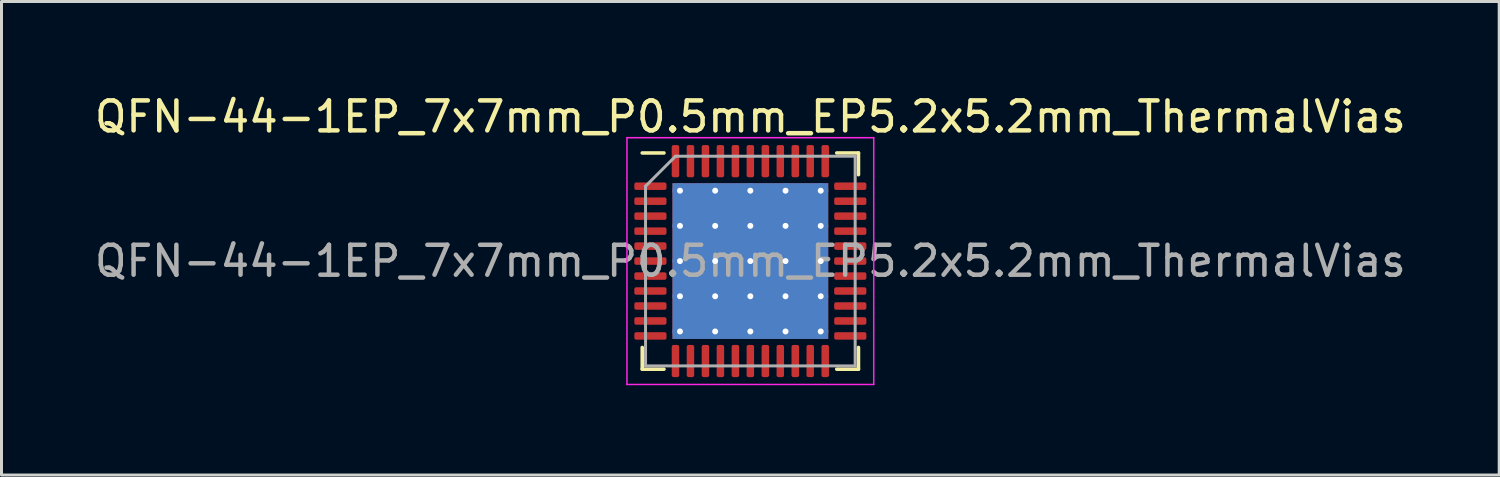
<source format=kicad_pcb>
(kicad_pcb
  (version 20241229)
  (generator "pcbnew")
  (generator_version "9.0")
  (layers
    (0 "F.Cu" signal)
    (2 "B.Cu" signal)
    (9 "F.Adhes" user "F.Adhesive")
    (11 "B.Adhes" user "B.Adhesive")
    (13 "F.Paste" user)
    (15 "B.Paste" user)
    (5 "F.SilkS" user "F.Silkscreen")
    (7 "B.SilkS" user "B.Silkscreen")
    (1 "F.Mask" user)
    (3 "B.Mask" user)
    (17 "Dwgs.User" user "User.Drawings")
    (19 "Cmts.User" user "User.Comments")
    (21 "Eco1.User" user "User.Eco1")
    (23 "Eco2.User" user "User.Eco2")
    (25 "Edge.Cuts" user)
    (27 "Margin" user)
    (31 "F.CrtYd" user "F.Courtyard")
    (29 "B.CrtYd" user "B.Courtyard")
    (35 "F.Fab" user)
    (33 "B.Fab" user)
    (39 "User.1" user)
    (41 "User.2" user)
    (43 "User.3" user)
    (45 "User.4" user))
  (footprint "QFN-44-1EP_7x7mm_P0.5mm_EP5.2x5.2mm_ThermalVias"
    (layer "F.Cu")
    (at 22.006 5.668)
    (property "Reference" "QFN-44-1EP_7x7mm_P0.5mm_EP5.2x5.2mm_ThermalVias" (at 0 -4.82 0) (layer "F.SilkS") (effects (font (size 1 1) (thickness 0.15))))
    (attr smd)
    (fp_line (start -3.61 3.61) (end -3.61 2.885) (stroke (width 0.12) (type solid)) (layer "F.SilkS"))
    (fp_line (start -2.885 -3.61) (end -3.61 -3.61) (stroke (width 0.12) (type solid)) (layer "F.SilkS"))
    (fp_line (start -2.885 3.61) (end -3.61 3.61) (stroke (width 0.12) (type solid)) (layer "F.SilkS"))
    (fp_line (start 2.885 -3.61) (end 3.61 -3.61) (stroke (width 0.12) (type solid)) (layer "F.SilkS"))
    (fp_line (start 2.885 3.61) (end 3.61 3.61) (stroke (width 0.12) (type solid)) (layer "F.SilkS"))
    (fp_line (start 3.61 -3.61) (end 3.61 -2.885) (stroke (width 0.12) (type solid)) (layer "F.SilkS"))
    (fp_line (start 3.61 3.61) (end 3.61 2.885) (stroke (width 0.12) (type solid)) (layer "F.SilkS"))
    (fp_line (start -4.12 -4.12) (end -4.12 4.12) (stroke (width 0.05) (type solid)) (layer "F.CrtYd"))
    (fp_line (start -4.12 4.12) (end 4.12 4.12) (stroke (width 0.05) (type solid)) (layer "F.CrtYd"))
    (fp_line (start 4.12 -4.12) (end -4.12 -4.12) (stroke (width 0.05) (type solid)) (layer "F.CrtYd"))
    (fp_line (start 4.12 4.12) (end 4.12 -4.12) (stroke (width 0.05) (type solid)) (layer "F.CrtYd"))
    (fp_line (start -3.5 -2.5) (end -2.5 -3.5) (stroke (width 0.1) (type solid)) (layer "F.Fab"))
    (fp_line (start -3.5 3.5) (end -3.5 -2.5) (stroke (width 0.1) (type solid)) (layer "F.Fab"))
    (fp_line (start -2.5 -3.5) (end 3.5 -3.5) (stroke (width 0.1) (type solid)) (layer "F.Fab"))
    (fp_line (start 3.5 -3.5) (end 3.5 3.5) (stroke (width 0.1) (type solid)) (layer "F.Fab"))
    (fp_line (start 3.5 3.5) (end -3.5 3.5) (stroke (width 0.1) (type solid)) (layer "F.Fab"))
    (fp_text user "${REFERENCE}" (at 0 0 0) (layer "F.Fab") (effects (font (size 1 1) (thickness 0.15))))
    (pad "" smd roundrect (at -1.762 -1.762) (size 1.007 1.007) (layers "F.Paste") (roundrect_rratio 0.248))
    (pad "" smd roundrect (at -1.762 -0.588) (size 1.007 1.007) (layers "F.Paste") (roundrect_rratio 0.248))
    (pad "" smd roundrect (at -1.762 0.588) (size 1.007 1.007) (layers "F.Paste") (roundrect_rratio 0.248))
    (pad "" smd roundrect (at -1.762 1.762) (size 1.007 1.007) (layers "F.Paste") (roundrect_rratio 0.248))
    (pad "" smd roundrect (at -0.588 -1.762) (size 1.007 1.007) (layers "F.Paste") (roundrect_rratio 0.248))
    (pad "" smd roundrect (at -0.588 -0.588) (size 1.007 1.007) (layers "F.Paste") (roundrect_rratio 0.248))
    (pad "" smd roundrect (at -0.588 0.588) (size 1.007 1.007) (layers "F.Paste") (roundrect_rratio 0.248))
    (pad "" smd roundrect (at -0.588 1.762) (size 1.007 1.007) (layers "F.Paste") (roundrect_rratio 0.248))
    (pad "" smd roundrect (at 0.588 -1.762) (size 1.007 1.007) (layers "F.Paste") (roundrect_rratio 0.248))
    (pad "" smd roundrect (at 0.588 -0.588) (size 1.007 1.007) (layers "F.Paste") (roundrect_rratio 0.248))
    (pad "" smd roundrect (at 0.588 0.588) (size 1.007 1.007) (layers "F.Paste") (roundrect_rratio 0.248))
    (pad "" smd roundrect (at 0.588 1.762) (size 1.007 1.007) (layers "F.Paste") (roundrect_rratio 0.248))
    (pad "" smd roundrect (at 1.762 -1.762) (size 1.007 1.007) (layers "F.Paste") (roundrect_rratio 0.248))
    (pad "" smd roundrect (at 1.762 -0.588) (size 1.007 1.007) (layers "F.Paste") (roundrect_rratio 0.248))
    (pad "" smd roundrect (at 1.762 0.588) (size 1.007 1.007) (layers "F.Paste") (roundrect_rratio 0.248))
    (pad "" smd roundrect (at 1.762 1.762) (size 1.007 1.007) (layers "F.Paste") (roundrect_rratio 0.248))
    (pad "1" smd roundrect (at -3.337 -2.5) (size 1.075 0.25) (layers "F.Cu" "F.Mask" "F.Paste") (roundrect_rratio 0.25))
    (pad "2" smd roundrect (at -3.337 -2) (size 1.075 0.25) (layers "F.Cu" "F.Mask" "F.Paste") (roundrect_rratio 0.25))
    (pad "3" smd roundrect (at -3.337 -1.5) (size 1.075 0.25) (layers "F.Cu" "F.Mask" "F.Paste") (roundrect_rratio 0.25))
    (pad "4" smd roundrect (at -3.337 -1) (size 1.075 0.25) (layers "F.Cu" "F.Mask" "F.Paste") (roundrect_rratio 0.25))
    (pad "5" smd roundrect (at -3.337 -0.5) (size 1.075 0.25) (layers "F.Cu" "F.Mask" "F.Paste") (roundrect_rratio 0.25))
    (pad "6" smd roundrect (at -3.337 0) (size 1.075 0.25) (layers "F.Cu" "F.Mask" "F.Paste") (roundrect_rratio 0.25))
    (pad "7" smd roundrect (at -3.337 0.5) (size 1.075 0.25) (layers "F.Cu" "F.Mask" "F.Paste") (roundrect_rratio 0.25))
    (pad "8" smd roundrect (at -3.337 1) (size 1.075 0.25) (layers "F.Cu" "F.Mask" "F.Paste") (roundrect_rratio 0.25))
    (pad "9" smd roundrect (at -3.337 1.5) (size 1.075 0.25) (layers "F.Cu" "F.Mask" "F.Paste") (roundrect_rratio 0.25))
    (pad "10" smd roundrect (at -3.337 2) (size 1.075 0.25) (layers "F.Cu" "F.Mask" "F.Paste") (roundrect_rratio 0.25))
    (pad "11" smd roundrect (at -3.337 2.5) (size 1.075 0.25) (layers "F.Cu" "F.Mask" "F.Paste") (roundrect_rratio 0.25))
    (pad "12" smd roundrect (at -2.5 3.337) (size 0.25 1.075) (layers "F.Cu" "F.Mask" "F.Paste") (roundrect_rratio 0.25))
    (pad "13" smd roundrect (at -2 3.337) (size 0.25 1.075) (layers "F.Cu" "F.Mask" "F.Paste") (roundrect_rratio 0.25))
    (pad "14" smd roundrect (at -1.5 3.337) (size 0.25 1.075) (layers "F.Cu" "F.Mask" "F.Paste") (roundrect_rratio 0.25))
    (pad "15" smd roundrect (at -1 3.337) (size 0.25 1.075) (layers "F.Cu" "F.Mask" "F.Paste") (roundrect_rratio 0.25))
    (pad "16" smd roundrect (at -0.5 3.337) (size 0.25 1.075) (layers "F.Cu" "F.Mask" "F.Paste") (roundrect_rratio 0.25))
    (pad "17" smd roundrect (at 0 3.337) (size 0.25 1.075) (layers "F.Cu" "F.Mask" "F.Paste") (roundrect_rratio 0.25))
    (pad "18" smd roundrect (at 0.5 3.337) (size 0.25 1.075) (layers "F.Cu" "F.Mask" "F.Paste") (roundrect_rratio 0.25))
    (pad "19" smd roundrect (at 1 3.337) (size 0.25 1.075) (layers "F.Cu" "F.Mask" "F.Paste") (roundrect_rratio 0.25))
    (pad "20" smd roundrect (at 1.5 3.337) (size 0.25 1.075) (layers "F.Cu" "F.Mask" "F.Paste") (roundrect_rratio 0.25))
    (pad "21" smd roundrect (at 2 3.337) (size 0.25 1.075) (layers "F.Cu" "F.Mask" "F.Paste") (roundrect_rratio 0.25))
    (pad "22" smd roundrect (at 2.5 3.337) (size 0.25 1.075) (layers "F.Cu" "F.Mask" "F.Paste") (roundrect_rratio 0.25))
    (pad "23" smd roundrect (at 3.337 2.5) (size 1.075 0.25) (layers "F.Cu" "F.Mask" "F.Paste") (roundrect_rratio 0.25))
    (pad "24" smd roundrect (at 3.337 2) (size 1.075 0.25) (layers "F.Cu" "F.Mask" "F.Paste") (roundrect_rratio 0.25))
    (pad "25" smd roundrect (at 3.337 1.5) (size 1.075 0.25) (layers "F.Cu" "F.Mask" "F.Paste") (roundrect_rratio 0.25))
    (pad "26" smd roundrect (at 3.337 1) (size 1.075 0.25) (layers "F.Cu" "F.Mask" "F.Paste") (roundrect_rratio 0.25))
    (pad "27" smd roundrect (at 3.337 0.5) (size 1.075 0.25) (layers "F.Cu" "F.Mask" "F.Paste") (roundrect_rratio 0.25))
    (pad "28" smd roundrect (at 3.337 0) (size 1.075 0.25) (layers "F.Cu" "F.Mask" "F.Paste") (roundrect_rratio 0.25))
    (pad "29" smd roundrect (at 3.337 -0.5) (size 1.075 0.25) (layers "F.Cu" "F.Mask" "F.Paste") (roundrect_rratio 0.25))
    (pad "30" smd roundrect (at 3.337 -1) (size 1.075 0.25) (layers "F.Cu" "F.Mask" "F.Paste") (roundrect_rratio 0.25))
    (pad "31" smd roundrect (at 3.337 -1.5) (size 1.075 0.25) (layers "F.Cu" "F.Mask" "F.Paste") (roundrect_rratio 0.25))
    (pad "32" smd roundrect (at 3.337 -2) (size 1.075 0.25) (layers "F.Cu" "F.Mask" "F.Paste") (roundrect_rratio 0.25))
    (pad "33" smd roundrect (at 3.337 -2.5) (size 1.075 0.25) (layers "F.Cu" "F.Mask" "F.Paste") (roundrect_rratio 0.25))
    (pad "34" smd roundrect (at 2.5 -3.337) (size 0.25 1.075) (layers "F.Cu" "F.Mask" "F.Paste") (roundrect_rratio 0.25))
    (pad "35" smd roundrect (at 2 -3.337) (size 0.25 1.075) (layers "F.Cu" "F.Mask" "F.Paste") (roundrect_rratio 0.25))
    (pad "36" smd roundrect (at 1.5 -3.337) (size 0.25 1.075) (layers "F.Cu" "F.Mask" "F.Paste") (roundrect_rratio 0.25))
    (pad "37" smd roundrect (at 1 -3.337) (size 0.25 1.075) (layers "F.Cu" "F.Mask" "F.Paste") (roundrect_rratio 0.25))
    (pad "38" smd roundrect (at 0.5 -3.337) (size 0.25 1.075) (layers "F.Cu" "F.Mask" "F.Paste") (roundrect_rratio 0.25))
    (pad "39" smd roundrect (at 0 -3.337) (size 0.25 1.075) (layers "F.Cu" "F.Mask" "F.Paste") (roundrect_rratio 0.25))
    (pad "40" smd roundrect (at -0.5 -3.337) (size 0.25 1.075) (layers "F.Cu" "F.Mask" "F.Paste") (roundrect_rratio 0.25))
    (pad "41" smd roundrect (at -1 -3.337) (size 0.25 1.075) (layers "F.Cu" "F.Mask" "F.Paste") (roundrect_rratio 0.25))
    (pad "42" smd roundrect (at -1.5 -3.337) (size 0.25 1.075) (layers "F.Cu" "F.Mask" "F.Paste") (roundrect_rratio 0.25))
    (pad "43" smd roundrect (at -2 -3.337) (size 0.25 1.075) (layers "F.Cu" "F.Mask" "F.Paste") (roundrect_rratio 0.25))
    (pad "44" smd roundrect (at -2.5 -3.337) (size 0.25 1.075) (layers "F.Cu" "F.Mask" "F.Paste") (roundrect_rratio 0.25))
    (pad "45" thru_hole circle (at -2.35 -2.35) (size 0.5 0.5) (drill 0.2) (layers "*.Cu"))
    (pad "45" thru_hole circle (at -2.35 -1.175) (size 0.5 0.5) (drill 0.2) (layers "*.Cu"))
    (pad "45" thru_hole circle (at -2.35 0) (size 0.5 0.5) (drill 0.2) (layers "*.Cu"))
    (pad "45" thru_hole circle (at -2.35 1.175) (size 0.5 0.5) (drill 0.2) (layers "*.Cu"))
    (pad "45" thru_hole circle (at -2.35 2.35) (size 0.5 0.5) (drill 0.2) (layers "*.Cu"))
    (pad "45" thru_hole circle (at -1.175 -2.35) (size 0.5 0.5) (drill 0.2) (layers "*.Cu"))
    (pad "45" thru_hole circle (at -1.175 -1.175) (size 0.5 0.5) (drill 0.2) (layers "*.Cu"))
    (pad "45" thru_hole circle (at -1.175 0) (size 0.5 0.5) (drill 0.2) (layers "*.Cu"))
    (pad "45" thru_hole circle (at -1.175 1.175) (size 0.5 0.5) (drill 0.2) (layers "*.Cu"))
    (pad "45" thru_hole circle (at -1.175 2.35) (size 0.5 0.5) (drill 0.2) (layers "*.Cu"))
    (pad "45" thru_hole circle (at 0 -2.35) (size 0.5 0.5) (drill 0.2) (layers "*.Cu"))
    (pad "45" thru_hole circle (at 0 -1.175) (size 0.5 0.5) (drill 0.2) (layers "*.Cu"))
    (pad "45" thru_hole circle (at 0 0) (size 0.5 0.5) (drill 0.2) (layers "*.Cu"))
    (pad "45" smd rect (at 0 0) (size 5.2 5.2) (layers "F.Cu" "F.Mask"))
    (pad "45" smd rect (at 0 0) (size 5.2 5.2) (layers "B.Cu"))
    (pad "45" thru_hole circle (at 0 1.175) (size 0.5 0.5) (drill 0.2) (layers "*.Cu"))
    (pad "45" thru_hole circle (at 0 2.35) (size 0.5 0.5) (drill 0.2) (layers "*.Cu"))
    (pad "45" thru_hole circle (at 1.175 -2.35) (size 0.5 0.5) (drill 0.2) (layers "*.Cu"))
    (pad "45" thru_hole circle (at 1.175 -1.175) (size 0.5 0.5) (drill 0.2) (layers "*.Cu"))
    (pad "45" thru_hole circle (at 1.175 0) (size 0.5 0.5) (drill 0.2) (layers "*.Cu"))
    (pad "45" thru_hole circle (at 1.175 1.175) (size 0.5 0.5) (drill 0.2) (layers "*.Cu"))
    (pad "45" thru_hole circle (at 1.175 2.35) (size 0.5 0.5) (drill 0.2) (layers "*.Cu"))
    (pad "45" thru_hole circle (at 2.35 -2.35) (size 0.5 0.5) (drill 0.2) (layers "*.Cu"))
    (pad "45" thru_hole circle (at 2.35 -1.175) (size 0.5 0.5) (drill 0.2) (layers "*.Cu"))
    (pad "45" thru_hole circle (at 2.35 0) (size 0.5 0.5) (drill 0.2) (layers "*.Cu"))
    (pad "45" thru_hole circle (at 2.35 1.175) (size 0.5 0.5) (drill 0.2) (layers "*.Cu"))
    (pad "45" thru_hole circle (at 2.35 2.35) (size 0.5 0.5) (drill 0.2) (layers "*.Cu")))
  (gr_rect
    (start -3 -3)
    (end 47.012 12.813)
    (stroke (width 0.1) (type default))
    (fill no)
    (layer "Edge.Cuts")))
</source>
